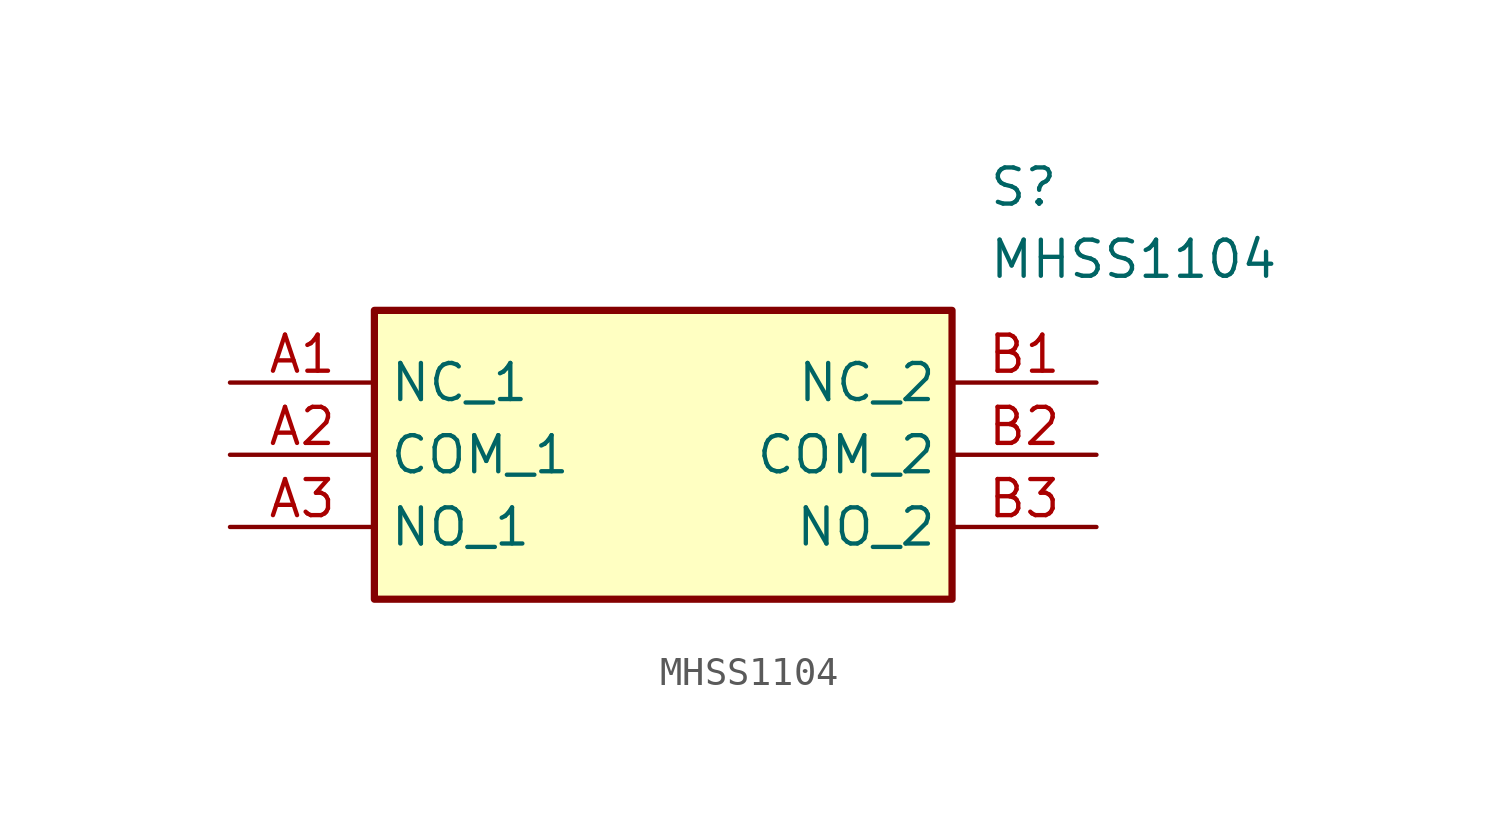
<source format=kicad_sym>
(kicad_symbol_lib
  (version 20211014)
  (generator SamacSys_ECAD_Model)
  (symbol "MHSS1104"
    (property "Reference" "S"
      (at 26.67 7.62 0)
      (effects (font (size 1.27 1.27)) (justify left top)))
    (property "Value" "MHSS1104"
      (at 26.67 5.08 0)
      (effects (font (size 1.27 1.27)) (justify left top)))
    (rectangle
      (start 5.08 2.54)
      (end 25.4 -7.62)
      (stroke (width 0.254) (type default))
      (fill (type background)))
    (pin passive line
      (at 0 0 0)
      (length 5.08)
      (name "NC_1" (effects (font (size 1.27 1.27))))
      (number "A1" (effects (font (size 1.27 1.27)))))
    (pin passive line
      (at 0 -2.54 0)
      (length 5.08)
      (name "COM_1" (effects (font (size 1.27 1.27))))
      (number "A2" (effects (font (size 1.27 1.27)))))
    (pin passive line
      (at 0 -5.08 0)
      (length 5.08)
      (name "NO_1" (effects (font (size 1.27 1.27))))
      (number "A3" (effects (font (size 1.27 1.27)))))
    (pin passive line
      (at 30.48 0 180)
      (length 5.08)
      (name "NC_2" (effects (font (size 1.27 1.27))))
      (number "B1" (effects (font (size 1.27 1.27)))))
    (pin passive line
      (at 30.48 -2.54 180)
      (length 5.08)
      (name "COM_2" (effects (font (size 1.27 1.27))))
      (number "B2" (effects (font (size 1.27 1.27)))))
    (pin passive line
      (at 30.48 -5.08 180)
      (length 5.08)
      (name "NO_2" (effects (font (size 1.27 1.27))))
      (number "B3" (effects (font (size 1.27 1.27)))))))
</source>
